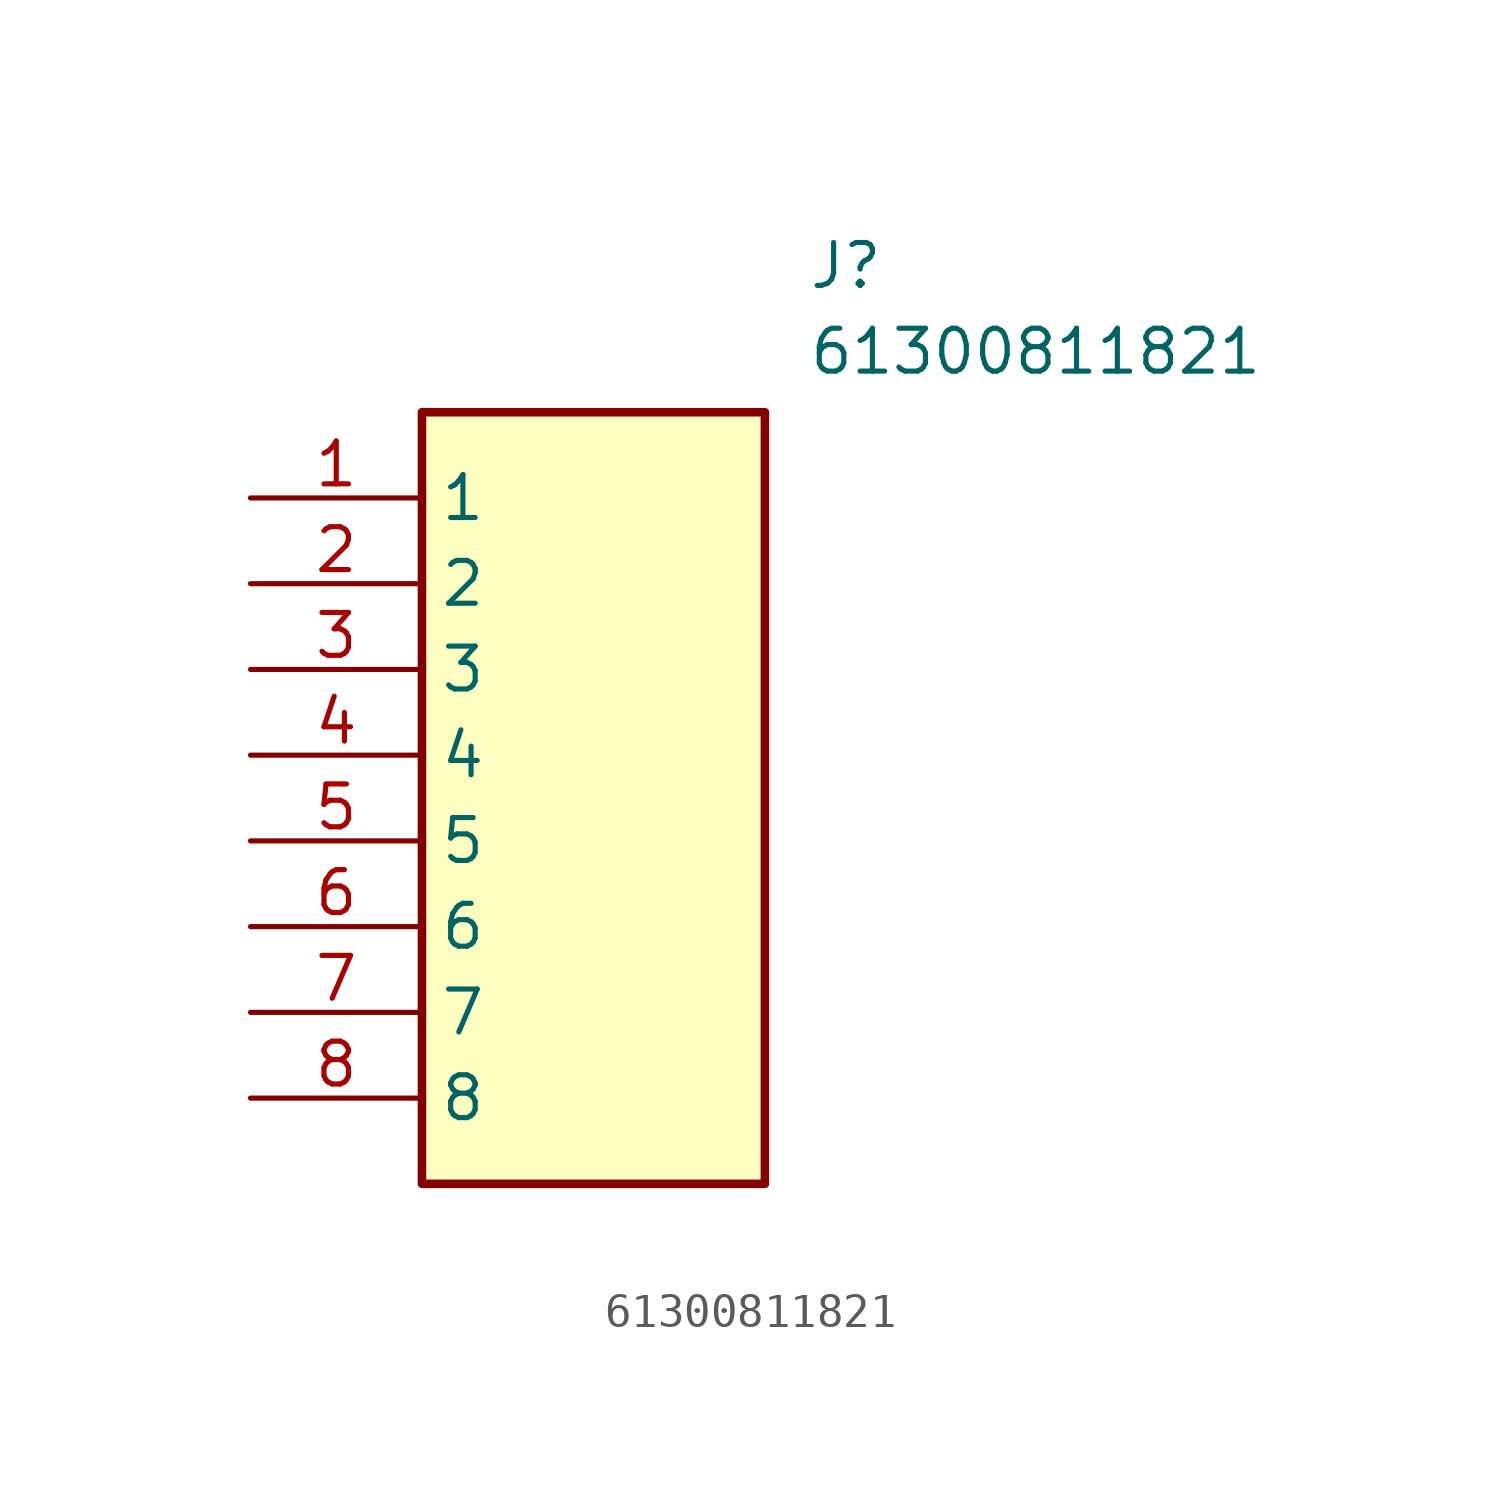
<source format=kicad_sym>
(kicad_symbol_lib
  (version 20211014)
  (generator SamacSys_ECAD_Model)
  (symbol "61300811821"
    (property "Reference" "J"
      (at 16.51 7.62 0)
      (effects (font (size 1.27 1.27)) (justify left top)))
    (property "Value" "61300811821"
      (at 16.51 5.08 0)
      (effects (font (size 1.27 1.27)) (justify left top)))
    (rectangle
      (start 5.08 2.54)
      (end 15.24 -20.32)
      (stroke (width 0.254) (type default))
      (fill (type background)))
    (pin passive line
      (at 0 0 0)
      (length 5.08)
      (name "1" (effects (font (size 1.27 1.27))))
      (number "1" (effects (font (size 1.27 1.27)))))
    (pin passive line
      (at 0 -2.54 0)
      (length 5.08)
      (name "2" (effects (font (size 1.27 1.27))))
      (number "2" (effects (font (size 1.27 1.27)))))
    (pin passive line
      (at 0 -5.08 0)
      (length 5.08)
      (name "3" (effects (font (size 1.27 1.27))))
      (number "3" (effects (font (size 1.27 1.27)))))
    (pin passive line
      (at 0 -7.62 0)
      (length 5.08)
      (name "4" (effects (font (size 1.27 1.27))))
      (number "4" (effects (font (size 1.27 1.27)))))
    (pin passive line
      (at 0 -10.16 0)
      (length 5.08)
      (name "5" (effects (font (size 1.27 1.27))))
      (number "5" (effects (font (size 1.27 1.27)))))
    (pin passive line
      (at 0 -12.7 0)
      (length 5.08)
      (name "6" (effects (font (size 1.27 1.27))))
      (number "6" (effects (font (size 1.27 1.27)))))
    (pin passive line
      (at 0 -15.24 0)
      (length 5.08)
      (name "7" (effects (font (size 1.27 1.27))))
      (number "7" (effects (font (size 1.27 1.27)))))
    (pin passive line
      (at 0 -17.78 0)
      (length 5.08)
      (name "8" (effects (font (size 1.27 1.27))))
      (number "8" (effects (font (size 1.27 1.27)))))))
</source>
